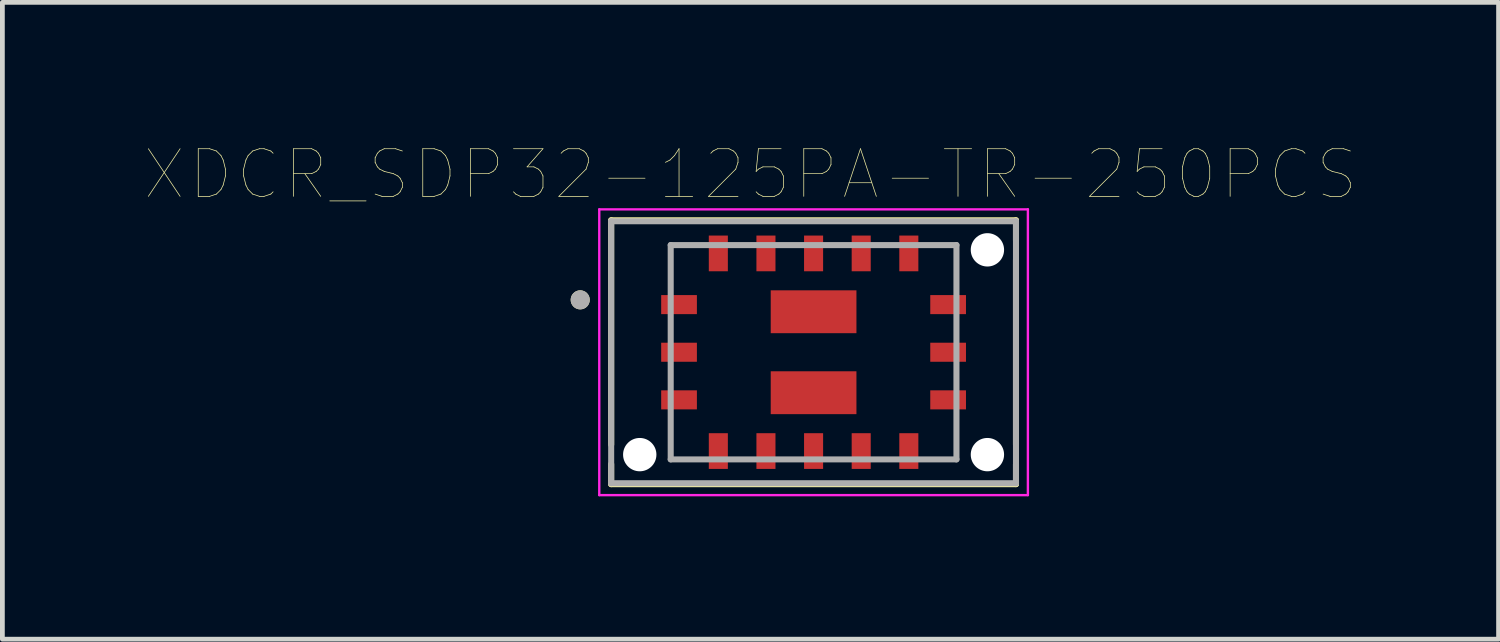
<source format=kicad_pcb>
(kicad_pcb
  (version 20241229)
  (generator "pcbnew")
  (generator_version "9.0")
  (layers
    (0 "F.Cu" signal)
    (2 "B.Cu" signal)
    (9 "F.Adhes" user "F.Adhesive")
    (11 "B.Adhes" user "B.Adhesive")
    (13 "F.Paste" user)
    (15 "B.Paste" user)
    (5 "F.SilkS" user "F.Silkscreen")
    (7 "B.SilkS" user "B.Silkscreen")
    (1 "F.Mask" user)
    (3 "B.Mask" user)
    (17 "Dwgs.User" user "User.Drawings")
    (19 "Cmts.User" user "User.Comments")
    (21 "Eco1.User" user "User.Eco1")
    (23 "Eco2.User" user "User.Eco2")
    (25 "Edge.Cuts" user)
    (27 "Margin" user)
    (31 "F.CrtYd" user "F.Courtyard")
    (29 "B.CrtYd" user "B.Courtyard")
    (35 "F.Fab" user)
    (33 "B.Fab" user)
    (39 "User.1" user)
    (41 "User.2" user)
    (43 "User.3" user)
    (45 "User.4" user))
  (footprint "XDCR_SDP32-125PA-TR-250PCS"
    (layer "F.Cu")
    (at 14.033 4.346)
    (property "Reference" "XDCR_SDP32-125PA-TR-250PCS" (at -1.325 -3.735 0) (layer "F.SilkS") (effects (font (size 1 1) (thickness 0.015))))
    (attr through_hole)
    (fp_line (start -4.25 -2.77) (end -4.25 1.94) (stroke (width 0.127) (type solid)) (layer "F.SilkS"))
    (fp_line (start -4.25 -2.77) (end 4.25 -2.77) (stroke (width 0.127) (type solid)) (layer "F.SilkS"))
    (fp_line (start -4.25 2.77) (end -4.25 2.35) (stroke (width 0.127) (type solid)) (layer "F.SilkS"))
    (fp_line (start 4.25 -2.77) (end 4.25 -2.35) (stroke (width 0.127) (type solid)) (layer "F.SilkS"))
    (fp_line (start 4.25 -1.94) (end 4.25 1.94) (stroke (width 0.127) (type solid)) (layer "F.SilkS"))
    (fp_line (start 4.25 2.77) (end -4.25 2.77) (stroke (width 0.127) (type solid)) (layer "F.SilkS"))
    (fp_line (start 4.25 2.77) (end 4.25 2.35) (stroke (width 0.127) (type solid)) (layer "F.SilkS"))
    (fp_circle (center -4.9 -1.1) (end -4.8 -1.1) (stroke (width 0.2) (type solid)) (fill no) (layer "F.SilkS"))
    (fp_poly (pts (xy -0.8 -1.2) (xy 0.8 -1.2) (xy 0.8 -0.5) (xy -0.8 -0.5)) (stroke (width 0.01) (type solid)) (fill yes) (layer "F.Paste"))
    (fp_poly (pts (xy -0.8 0.5) (xy 0.8 0.5) (xy 0.8 1.2) (xy -0.8 1.2)) (stroke (width 0.01) (type solid)) (fill yes) (layer "F.Paste"))
    (fp_line (start -4.5 -3) (end 4.5 -3) (stroke (width 0.05) (type solid)) (layer "F.CrtYd"))
    (fp_line (start -4.5 3) (end -4.5 -3) (stroke (width 0.05) (type solid)) (layer "F.CrtYd"))
    (fp_line (start 4.5 -3) (end 4.5 3) (stroke (width 0.05) (type solid)) (layer "F.CrtYd"))
    (fp_line (start 4.5 3) (end -4.5 3) (stroke (width 0.05) (type solid)) (layer "F.CrtYd"))
    (fp_line (start -4.25 -2.75) (end 4.25 -2.75) (stroke (width 0.127) (type solid)) (layer "F.Fab"))
    (fp_line (start -4.25 2.75) (end -4.25 -2.75) (stroke (width 0.127) (type solid)) (layer "F.Fab"))
    (fp_line (start -3 -2.25) (end 3 -2.25) (stroke (width 0.127) (type solid)) (layer "F.Fab"))
    (fp_line (start -3 2.25) (end -3 -2.25) (stroke (width 0.127) (type solid)) (layer "F.Fab"))
    (fp_line (start 3 -2.25) (end 3 2.25) (stroke (width 0.127) (type solid)) (layer "F.Fab"))
    (fp_line (start 3 2.25) (end -3 2.25) (stroke (width 0.127) (type solid)) (layer "F.Fab"))
    (fp_line (start 4.25 -2.75) (end 4.25 2.75) (stroke (width 0.127) (type solid)) (layer "F.Fab"))
    (fp_line (start 4.25 2.75) (end -4.25 2.75) (stroke (width 0.127) (type solid)) (layer "F.Fab"))
    (fp_circle (center -4.9 -1.1) (end -4.8 -1.1) (stroke (width 0.2) (type solid)) (fill no) (layer "F.Fab"))
    (pad "" np_thru_hole circle (at -3.65 2.15) (size 0.7 0.7) (drill 0.7) (layers "*.Cu" "*.Mask"))
    (pad "" np_thru_hole circle (at 3.65 -2.15) (size 0.7 0.7) (drill 0.7) (layers "*.Cu" "*.Mask"))
    (pad "" np_thru_hole circle (at 3.65 2.15) (size 0.7 0.7) (drill 0.7) (layers "*.Cu" "*.Mask"))
    (pad "1" smd rect (at -2.825 -1) (size 0.75 0.4) (layers "F.Cu" "F.Mask" "F.Paste"))
    (pad "2" smd rect (at -2.825 0) (size 0.75 0.4) (layers "F.Cu" "F.Mask" "F.Paste"))
    (pad "3" smd rect (at -2.825 1) (size 0.75 0.4) (layers "F.Cu" "F.Mask" "F.Paste"))
    (pad "4" smd rect (at -2 2.075) (size 0.4 0.75) (layers "F.Cu" "F.Mask" "F.Paste"))
    (pad "5" smd rect (at -1 2.075) (size 0.4 0.75) (layers "F.Cu" "F.Mask" "F.Paste"))
    (pad "6" smd rect (at 0 2.075) (size 0.4 0.75) (layers "F.Cu" "F.Mask" "F.Paste"))
    (pad "7" smd rect (at 1 2.075) (size 0.4 0.75) (layers "F.Cu" "F.Mask" "F.Paste"))
    (pad "8" smd rect (at 2 2.075) (size 0.4 0.75) (layers "F.Cu" "F.Mask" "F.Paste"))
    (pad "9" smd rect (at 2.825 1) (size 0.75 0.4) (layers "F.Cu" "F.Mask" "F.Paste"))
    (pad "10" smd rect (at 2.825 0) (size 0.75 0.4) (layers "F.Cu" "F.Mask" "F.Paste"))
    (pad "11" smd rect (at 2.825 -1) (size 0.75 0.4) (layers "F.Cu" "F.Mask" "F.Paste"))
    (pad "12" smd rect (at 2 -2.075) (size 0.4 0.75) (layers "F.Cu" "F.Mask" "F.Paste"))
    (pad "13" smd rect (at 1 -2.075) (size 0.4 0.75) (layers "F.Cu" "F.Mask" "F.Paste"))
    (pad "14" smd rect (at 0 -2.075) (size 0.4 0.75) (layers "F.Cu" "F.Mask" "F.Paste"))
    (pad "15" smd rect (at -1 -2.075) (size 0.4 0.75) (layers "F.Cu" "F.Mask" "F.Paste"))
    (pad "16" smd rect (at -2 -2.075) (size 0.4 0.75) (layers "F.Cu" "F.Mask" "F.Paste"))
    (pad "17_1" smd rect (at 0 -0.85) (size 1.8 0.9) (layers "F.Cu" "F.Mask"))
    (pad "17_2" smd rect (at 0 0.85) (size 1.8 0.9) (layers "F.Cu" "F.Mask")))
  (gr_rect
    (start -3 -3)
    (end 28.416 10.371)
    (stroke (width 0.1) (type default))
    (fill no)
    (layer "Edge.Cuts")))
</source>
